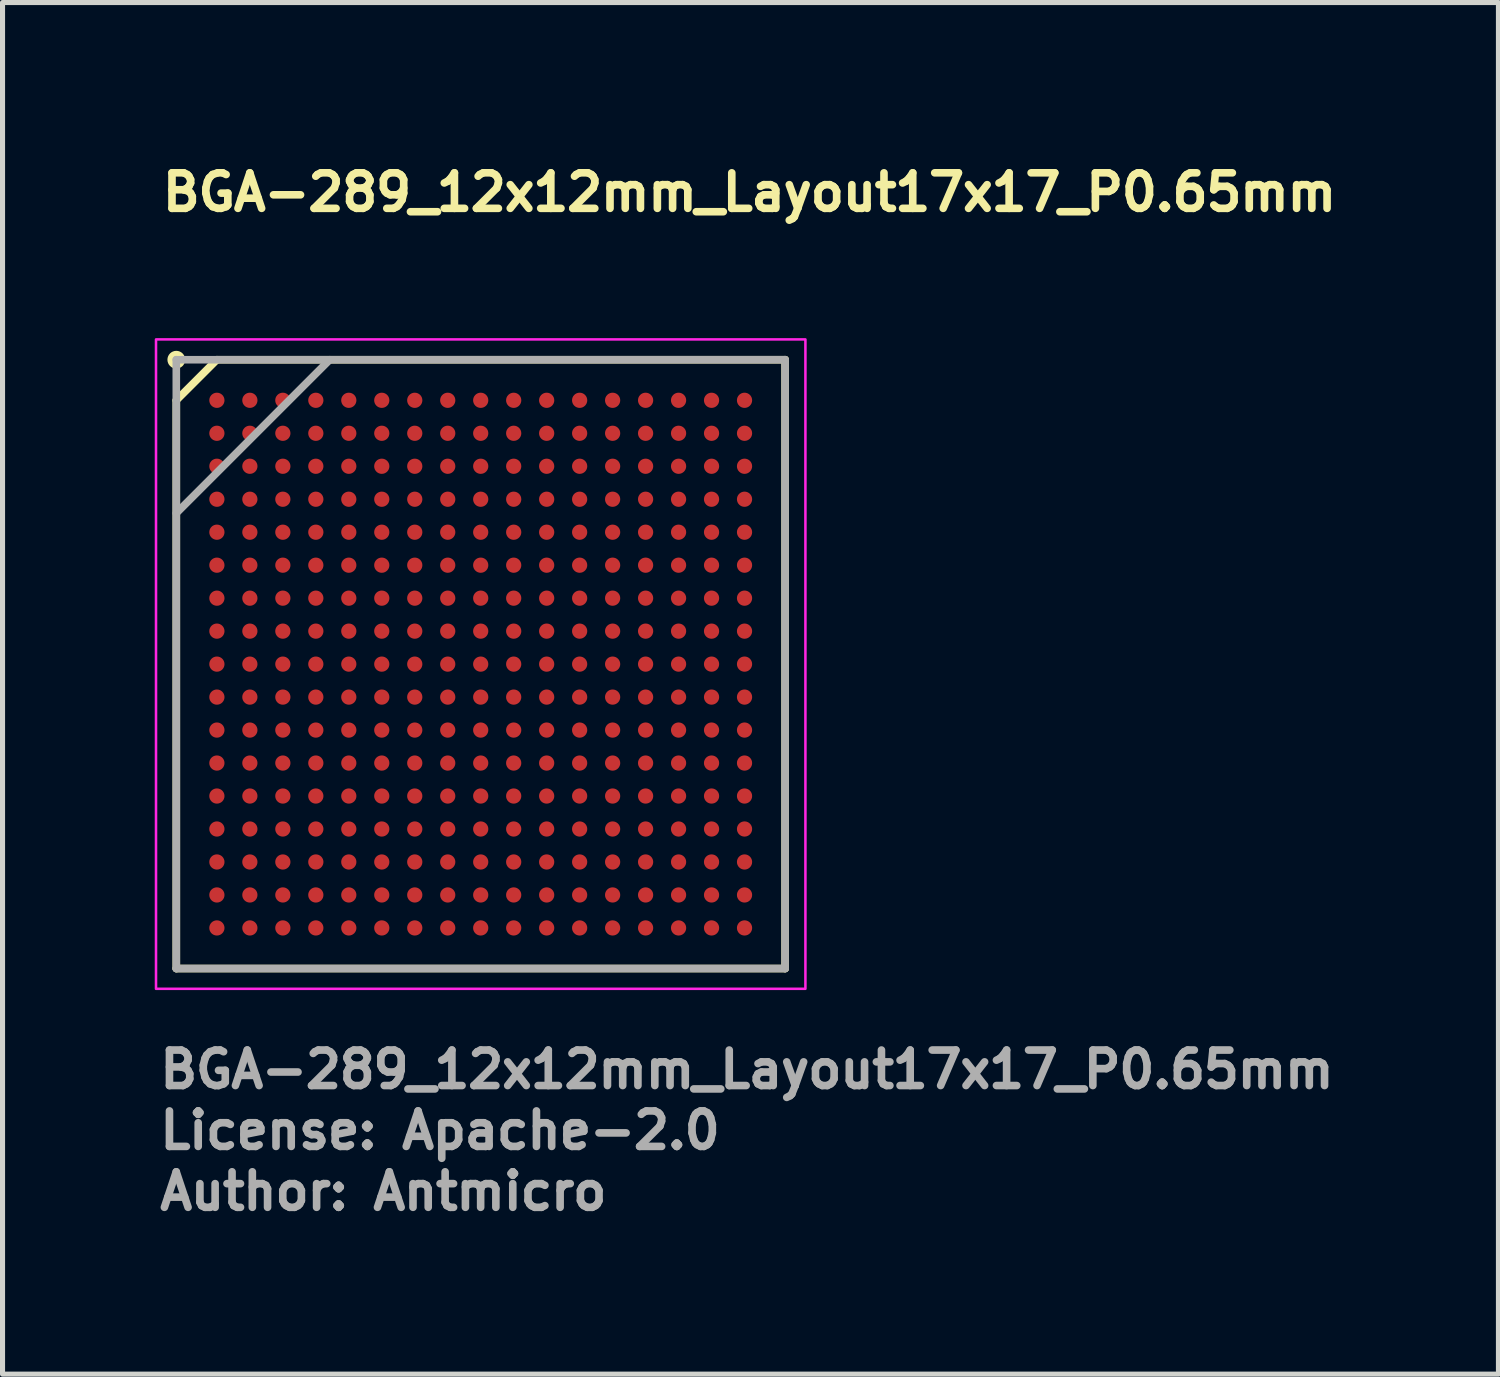
<source format=kicad_pcb>
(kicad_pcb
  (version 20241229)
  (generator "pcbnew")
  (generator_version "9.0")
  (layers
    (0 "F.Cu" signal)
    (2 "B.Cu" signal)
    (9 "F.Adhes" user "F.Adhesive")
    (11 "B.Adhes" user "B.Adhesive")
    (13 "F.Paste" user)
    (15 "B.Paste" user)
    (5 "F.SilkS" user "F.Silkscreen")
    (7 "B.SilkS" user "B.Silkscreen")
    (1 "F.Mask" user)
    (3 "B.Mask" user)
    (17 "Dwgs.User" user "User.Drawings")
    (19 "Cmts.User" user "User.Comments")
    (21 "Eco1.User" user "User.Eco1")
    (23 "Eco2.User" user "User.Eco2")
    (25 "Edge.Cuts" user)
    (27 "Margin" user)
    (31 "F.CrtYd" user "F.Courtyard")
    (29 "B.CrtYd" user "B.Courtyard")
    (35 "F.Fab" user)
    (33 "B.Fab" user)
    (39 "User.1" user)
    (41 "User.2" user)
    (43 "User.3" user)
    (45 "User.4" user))
  (footprint "BGA-289_12x12mm_Layout17x17_P0.65mm"
    (layer "F.Cu")
    (at 6.425 10.04)
    (property "Reference" "BGA-289_12x12mm_Layout17x17_P0.65mm" (at -6.35 -8.89 0) (layer "F.SilkS") (effects (font (size 0.7 0.7) (thickness 0.15)) (justify left bottom)))
    (attr smd)
    (fp_line (start -6 -5.2) (end -5.2 -6) (stroke (width 0.15) (type solid)) (layer "F.SilkS"))
    (fp_line (start -6 6) (end -6 -5.2) (stroke (width 0.15) (type solid)) (layer "F.SilkS"))
    (fp_line (start -5.2 -6) (end 6 -6) (stroke (width 0.15) (type solid)) (layer "F.SilkS"))
    (fp_line (start 6 -6) (end 6 6) (stroke (width 0.15) (type solid)) (layer "F.SilkS"))
    (fp_line (start 6 6) (end -6 6) (stroke (width 0.15) (type solid)) (layer "F.SilkS"))
    (fp_circle (center -6 -6) (end -5.9 -6) (stroke (width 0.15) (type solid)) (fill yes) (layer "F.SilkS"))
    (fp_rect (start -6.4 -6.4) (end 6.4 6.4) (stroke (width 0.05) (type solid)) (fill no) (layer "F.CrtYd"))
    (fp_line (start -6 -6) (end 6 -6) (stroke (width 0.15) (type solid)) (layer "F.Fab"))
    (fp_line (start -6 -2.975) (end -2.975 -6) (stroke (width 0.15) (type solid)) (layer "F.Fab"))
    (fp_line (start -6 6) (end -6 -6) (stroke (width 0.15) (type solid)) (layer "F.Fab"))
    (fp_line (start 6 -6) (end 6 6) (stroke (width 0.15) (type solid)) (layer "F.Fab"))
    (fp_line (start 6 6) (end -6 6) (stroke (width 0.15) (type solid)) (layer "F.Fab"))
    (fp_rect (start -6 -6) (end 6 6) (stroke (width 0.1) (type solid)) (fill no) (layer "User.5"))
    (fp_line (start -6 -6) (end 6 -6) (stroke (width 0.02) (type solid)) (layer "User.9"))
    (fp_line (start -6 6) (end -6 -6) (stroke (width 0.02) (type solid)) (layer "User.9"))
    (fp_line (start -6 6) (end 6 6) (stroke (width 0.02) (type solid)) (layer "User.9"))
    (fp_line (start -5.249 -4.539) (end -5.249 -4.461) (stroke (width 0.02) (type solid)) (layer "User.9"))
    (fp_line (start -5.249 -4.461) (end -5.241 -4.385) (stroke (width 0.02) (type solid)) (layer "User.9"))
    (fp_line (start -5.241 -4.615) (end -5.249 -4.539) (stroke (width 0.02) (type solid)) (layer "User.9"))
    (fp_line (start -5.241 -4.385) (end -5.225 -4.309) (stroke (width 0.02) (type solid)) (layer "User.9"))
    (fp_line (start -5.225 -4.691) (end -5.241 -4.615) (stroke (width 0.02) (type solid)) (layer "User.9"))
    (fp_line (start -5.225 -4.309) (end -5.202 -4.235) (stroke (width 0.02) (type solid)) (layer "User.9"))
    (fp_line (start -5.202 -4.765) (end -5.225 -4.691) (stroke (width 0.02) (type solid)) (layer "User.9"))
    (fp_line (start -5.202 -4.235) (end -5.171 -4.165) (stroke (width 0.02) (type solid)) (layer "User.9"))
    (fp_line (start -5.171 -4.835) (end -5.202 -4.765) (stroke (width 0.02) (type solid)) (layer "User.9"))
    (fp_line (start -5.171 -4.165) (end -5.133 -4.097) (stroke (width 0.02) (type solid)) (layer "User.9"))
    (fp_line (start -5.133 -4.903) (end -5.171 -4.835) (stroke (width 0.02) (type solid)) (layer "User.9"))
    (fp_line (start -5.133 -4.097) (end -5.088 -4.035) (stroke (width 0.02) (type solid)) (layer "User.9"))
    (fp_line (start -5.088 -4.965) (end -5.133 -4.903) (stroke (width 0.02) (type solid)) (layer "User.9"))
    (fp_line (start -5.088 -4.035) (end -5.037 -3.977) (stroke (width 0.02) (type solid)) (layer "User.9"))
    (fp_line (start -5.037 -5.023) (end -5.088 -4.965) (stroke (width 0.02) (type solid)) (layer "User.9"))
    (fp_line (start -5.037 -3.977) (end -4.98 -3.924) (stroke (width 0.02) (type solid)) (layer "User.9"))
    (fp_line (start -4.98 -5.076) (end -5.037 -5.023) (stroke (width 0.02) (type solid)) (layer "User.9"))
    (fp_line (start -4.98 -3.924) (end -4.919 -3.878) (stroke (width 0.02) (type solid)) (layer "User.9"))
    (fp_line (start -4.919 -5.122) (end -4.98 -5.076) (stroke (width 0.02) (type solid)) (layer "User.9"))
    (fp_line (start -4.919 -3.878) (end -4.852 -3.838) (stroke (width 0.02) (type solid)) (layer "User.9"))
    (fp_line (start -4.852 -5.162) (end -4.919 -5.122) (stroke (width 0.02) (type solid)) (layer "User.9"))
    (fp_line (start -4.852 -3.838) (end -4.783 -3.805) (stroke (width 0.02) (type solid)) (layer "User.9"))
    (fp_line (start -4.783 -5.195) (end -4.852 -5.162) (stroke (width 0.02) (type solid)) (layer "User.9"))
    (fp_line (start -4.783 -3.805) (end -4.71 -3.78) (stroke (width 0.02) (type solid)) (layer "User.9"))
    (fp_line (start -4.71 -5.22) (end -4.783 -5.195) (stroke (width 0.02) (type solid)) (layer "User.9"))
    (fp_line (start -4.71 -3.78) (end -4.634 -3.762) (stroke (width 0.02) (type solid)) (layer "User.9"))
    (fp_line (start -4.634 -5.238) (end -4.71 -5.22) (stroke (width 0.02) (type solid)) (layer "User.9"))
    (fp_line (start -4.634 -3.762) (end -4.558 -3.752) (stroke (width 0.02) (type solid)) (layer "User.9"))
    (fp_line (start -4.558 -5.248) (end -4.634 -5.238) (stroke (width 0.02) (type solid)) (layer "User.9"))
    (fp_line (start -4.558 -3.752) (end -4.481 -3.75) (stroke (width 0.02) (type solid)) (layer "User.9"))
    (fp_line (start -4.481 -5.25) (end -4.558 -5.248) (stroke (width 0.02) (type solid)) (layer "User.9"))
    (fp_line (start -4.481 -3.75) (end -4.404 -3.756) (stroke (width 0.02) (type solid)) (layer "User.9"))
    (fp_line (start -4.404 -5.244) (end -4.481 -5.25) (stroke (width 0.02) (type solid)) (layer "User.9"))
    (fp_line (start -4.404 -3.756) (end -4.328 -3.77) (stroke (width 0.02) (type solid)) (layer "User.9"))
    (fp_line (start -4.328 -5.23) (end -4.404 -5.244) (stroke (width 0.02) (type solid)) (layer "User.9"))
    (fp_line (start -4.328 -3.77) (end -4.254 -3.792) (stroke (width 0.02) (type solid)) (layer "User.9"))
    (fp_line (start -4.254 -5.208) (end -4.328 -5.23) (stroke (width 0.02) (type solid)) (layer "User.9"))
    (fp_line (start -4.254 -3.792) (end -4.182 -3.821) (stroke (width 0.02) (type solid)) (layer "User.9"))
    (fp_line (start -4.182 -5.179) (end -4.254 -5.208) (stroke (width 0.02) (type solid)) (layer "User.9"))
    (fp_line (start -4.182 -3.821) (end -4.114 -3.857) (stroke (width 0.02) (type solid)) (layer "User.9"))
    (fp_line (start -4.114 -5.143) (end -4.182 -5.179) (stroke (width 0.02) (type solid)) (layer "User.9"))
    (fp_line (start -4.114 -3.857) (end -4.05 -3.9) (stroke (width 0.02) (type solid)) (layer "User.9"))
    (fp_line (start -4.05 -5.1) (end -4.114 -5.143) (stroke (width 0.02) (type solid)) (layer "User.9"))
    (fp_line (start -4.05 -3.9) (end -3.991 -3.95) (stroke (width 0.02) (type solid)) (layer "User.9"))
    (fp_line (start -3.991 -5.05) (end -4.05 -5.1) (stroke (width 0.02) (type solid)) (layer "User.9"))
    (fp_line (start -3.991 -3.95) (end -3.937 -4.005) (stroke (width 0.02) (type solid)) (layer "User.9"))
    (fp_line (start -3.937 -4.995) (end -3.991 -5.05) (stroke (width 0.02) (type solid)) (layer "User.9"))
    (fp_line (start -3.937 -4.005) (end -3.889 -4.065) (stroke (width 0.02) (type solid)) (layer "User.9"))
    (fp_line (start -3.889 -4.935) (end -3.937 -4.995) (stroke (width 0.02) (type solid)) (layer "User.9"))
    (fp_line (start -3.889 -4.065) (end -3.847 -4.131) (stroke (width 0.02) (type solid)) (layer "User.9"))
    (fp_line (start -3.847 -4.869) (end -3.889 -4.935) (stroke (width 0.02) (type solid)) (layer "User.9"))
    (fp_line (start -3.847 -4.131) (end -3.813 -4.2) (stroke (width 0.02) (type solid)) (layer "User.9"))
    (fp_line (start -3.813 -4.8) (end -3.847 -4.869) (stroke (width 0.02) (type solid)) (layer "User.9"))
    (fp_line (start -3.813 -4.2) (end -3.786 -4.272) (stroke (width 0.02) (type solid)) (layer "User.9"))
    (fp_line (start -3.786 -4.728) (end -3.813 -4.8) (stroke (width 0.02) (type solid)) (layer "User.9"))
    (fp_line (start -3.786 -4.272) (end -3.766 -4.347) (stroke (width 0.02) (type solid)) (layer "User.9"))
    (fp_line (start -3.766 -4.653) (end -3.786 -4.728) (stroke (width 0.02) (type solid)) (layer "User.9"))
    (fp_line (start -3.766 -4.347) (end -3.754 -4.423) (stroke (width 0.02) (type solid)) (layer "User.9"))
    (fp_line (start -3.754 -4.577) (end -3.766 -4.653) (stroke (width 0.02) (type solid)) (layer "User.9"))
    (fp_line (start -3.754 -4.423) (end -3.75 -4.5) (stroke (width 0.02) (type solid)) (layer "User.9"))
    (fp_line (start -3.75 -4.5) (end -3.754 -4.577) (stroke (width 0.02) (type solid)) (layer "User.9"))
    (fp_line (start 6 6) (end 6 -6) (stroke (width 0.02) (type solid)) (layer "User.9"))
    (fp_text user "Author: Antmicro" (at -6.4 10.8 0) (layer "F.Fab") (effects (font (size 0.7 0.7) (thickness 0.15)) (justify left bottom)))
    (fp_text user "License: Apache-2.0" (at -6.4 9.6 0) (layer "F.Fab") (effects (font (size 0.7 0.7) (thickness 0.15)) (justify left bottom)))
    (fp_text user "${REFERENCE}" (at -6.4 8.4 0) (layer "F.Fab") (effects (font (size 0.7 0.7) (thickness 0.15)) (justify left bottom)))
    (pad "A1" smd circle (at -5.2 -5.2 90) (size 0.3 0.3) (layers "F.Cu" "F.Mask" "F.Paste"))
    (pad "A2" smd circle (at -4.55 -5.2 90) (size 0.3 0.3) (layers "F.Cu" "F.Mask" "F.Paste"))
    (pad "A3" smd circle (at -3.9 -5.2 90) (size 0.3 0.3) (layers "F.Cu" "F.Mask" "F.Paste"))
    (pad "A4" smd circle (at -3.25 -5.2 90) (size 0.3 0.3) (layers "F.Cu" "F.Mask" "F.Paste"))
    (pad "A5" smd circle (at -2.6 -5.2 90) (size 0.3 0.3) (layers "F.Cu" "F.Mask" "F.Paste"))
    (pad "A6" smd circle (at -1.95 -5.2 90) (size 0.3 0.3) (layers "F.Cu" "F.Mask" "F.Paste"))
    (pad "A7" smd circle (at -1.3 -5.2 90) (size 0.3 0.3) (layers "F.Cu" "F.Mask" "F.Paste"))
    (pad "A8" smd circle (at -0.65 -5.2 90) (size 0.3 0.3) (layers "F.Cu" "F.Mask" "F.Paste"))
    (pad "A9" smd circle (at 0 -5.2 90) (size 0.3 0.3) (layers "F.Cu" "F.Mask" "F.Paste"))
    (pad "A10" smd circle (at 0.65 -5.2 90) (size 0.3 0.3) (layers "F.Cu" "F.Mask" "F.Paste"))
    (pad "A11" smd circle (at 1.3 -5.2 90) (size 0.3 0.3) (layers "F.Cu" "F.Mask" "F.Paste"))
    (pad "A12" smd circle (at 1.95 -5.2 90) (size 0.3 0.3) (layers "F.Cu" "F.Mask" "F.Paste"))
    (pad "A13" smd circle (at 2.6 -5.2 90) (size 0.3 0.3) (layers "F.Cu" "F.Mask" "F.Paste"))
    (pad "A14" smd circle (at 3.25 -5.2 90) (size 0.3 0.3) (layers "F.Cu" "F.Mask" "F.Paste"))
    (pad "A15" smd circle (at 3.9 -5.2 90) (size 0.3 0.3) (layers "F.Cu" "F.Mask" "F.Paste"))
    (pad "A16" smd circle (at 4.55 -5.2 90) (size 0.3 0.3) (layers "F.Cu" "F.Mask" "F.Paste"))
    (pad "A17" smd circle (at 5.2 -5.2 90) (size 0.3 0.3) (layers "F.Cu" "F.Mask" "F.Paste"))
    (pad "B1" smd circle (at -5.2 -4.55 90) (size 0.3 0.3) (layers "F.Cu" "F.Mask" "F.Paste"))
    (pad "B2" smd circle (at -4.55 -4.55 90) (size 0.3 0.3) (layers "F.Cu" "F.Mask" "F.Paste"))
    (pad "B3" smd circle (at -3.9 -4.55 90) (size 0.3 0.3) (layers "F.Cu" "F.Mask" "F.Paste"))
    (pad "B4" smd circle (at -3.25 -4.55 90) (size 0.3 0.3) (layers "F.Cu" "F.Mask" "F.Paste"))
    (pad "B5" smd circle (at -2.6 -4.55 90) (size 0.3 0.3) (layers "F.Cu" "F.Mask" "F.Paste"))
    (pad "B6" smd circle (at -1.95 -4.55 90) (size 0.3 0.3) (layers "F.Cu" "F.Mask" "F.Paste"))
    (pad "B7" smd circle (at -1.3 -4.55 90) (size 0.3 0.3) (layers "F.Cu" "F.Mask" "F.Paste"))
    (pad "B8" smd circle (at -0.65 -4.55 90) (size 0.3 0.3) (layers "F.Cu" "F.Mask" "F.Paste"))
    (pad "B9" smd circle (at 0 -4.55 90) (size 0.3 0.3) (layers "F.Cu" "F.Mask" "F.Paste"))
    (pad "B10" smd circle (at 0.65 -4.55 90) (size 0.3 0.3) (layers "F.Cu" "F.Mask" "F.Paste"))
    (pad "B11" smd circle (at 1.3 -4.55 90) (size 0.3 0.3) (layers "F.Cu" "F.Mask" "F.Paste"))
    (pad "B12" smd circle (at 1.95 -4.55 90) (size 0.3 0.3) (layers "F.Cu" "F.Mask" "F.Paste"))
    (pad "B13" smd circle (at 2.6 -4.55 90) (size 0.3 0.3) (layers "F.Cu" "F.Mask" "F.Paste"))
    (pad "B14" smd circle (at 3.25 -4.55 90) (size 0.3 0.3) (layers "F.Cu" "F.Mask" "F.Paste"))
    (pad "B15" smd circle (at 3.9 -4.55 90) (size 0.3 0.3) (layers "F.Cu" "F.Mask" "F.Paste"))
    (pad "B16" smd circle (at 4.55 -4.55 90) (size 0.3 0.3) (layers "F.Cu" "F.Mask" "F.Paste"))
    (pad "B17" smd circle (at 5.2 -4.55 90) (size 0.3 0.3) (layers "F.Cu" "F.Mask" "F.Paste"))
    (pad "C1" smd circle (at -5.2 -3.9 90) (size 0.3 0.3) (layers "F.Cu" "F.Mask" "F.Paste"))
    (pad "C2" smd circle (at -4.55 -3.9 90) (size 0.3 0.3) (layers "F.Cu" "F.Mask" "F.Paste"))
    (pad "C3" smd circle (at -3.9 -3.9 90) (size 0.3 0.3) (layers "F.Cu" "F.Mask" "F.Paste"))
    (pad "C4" smd circle (at -3.25 -3.9 90) (size 0.3 0.3) (layers "F.Cu" "F.Mask" "F.Paste"))
    (pad "C5" smd circle (at -2.6 -3.9 90) (size 0.3 0.3) (layers "F.Cu" "F.Mask" "F.Paste"))
    (pad "C6" smd circle (at -1.95 -3.9 90) (size 0.3 0.3) (layers "F.Cu" "F.Mask" "F.Paste"))
    (pad "C7" smd circle (at -1.3 -3.9 90) (size 0.3 0.3) (layers "F.Cu" "F.Mask" "F.Paste"))
    (pad "C8" smd circle (at -0.65 -3.9 90) (size 0.3 0.3) (layers "F.Cu" "F.Mask" "F.Paste"))
    (pad "C9" smd circle (at 0 -3.9 90) (size 0.3 0.3) (layers "F.Cu" "F.Mask" "F.Paste"))
    (pad "C10" smd circle (at 0.65 -3.9 90) (size 0.3 0.3) (layers "F.Cu" "F.Mask" "F.Paste"))
    (pad "C11" smd circle (at 1.3 -3.9 90) (size 0.3 0.3) (layers "F.Cu" "F.Mask" "F.Paste"))
    (pad "C12" smd circle (at 1.95 -3.9 90) (size 0.3 0.3) (layers "F.Cu" "F.Mask" "F.Paste"))
    (pad "C13" smd circle (at 2.6 -3.9 90) (size 0.3 0.3) (layers "F.Cu" "F.Mask" "F.Paste"))
    (pad "C14" smd circle (at 3.25 -3.9 90) (size 0.3 0.3) (layers "F.Cu" "F.Mask" "F.Paste"))
    (pad "C15" smd circle (at 3.9 -3.9 90) (size 0.3 0.3) (layers "F.Cu" "F.Mask" "F.Paste"))
    (pad "C16" smd circle (at 4.55 -3.9 90) (size 0.3 0.3) (layers "F.Cu" "F.Mask" "F.Paste"))
    (pad "C17" smd circle (at 5.2 -3.9 90) (size 0.3 0.3) (layers "F.Cu" "F.Mask" "F.Paste"))
    (pad "D1" smd circle (at -5.2 -3.25 90) (size 0.3 0.3) (layers "F.Cu" "F.Mask" "F.Paste"))
    (pad "D2" smd circle (at -4.55 -3.25 90) (size 0.3 0.3) (layers "F.Cu" "F.Mask" "F.Paste"))
    (pad "D3" smd circle (at -3.9 -3.25 90) (size 0.3 0.3) (layers "F.Cu" "F.Mask" "F.Paste"))
    (pad "D4" smd circle (at -3.25 -3.25 90) (size 0.3 0.3) (layers "F.Cu" "F.Mask" "F.Paste"))
    (pad "D5" smd circle (at -2.6 -3.25 90) (size 0.3 0.3) (layers "F.Cu" "F.Mask" "F.Paste"))
    (pad "D6" smd circle (at -1.95 -3.25 90) (size 0.3 0.3) (layers "F.Cu" "F.Mask" "F.Paste"))
    (pad "D7" smd circle (at -1.3 -3.25 90) (size 0.3 0.3) (layers "F.Cu" "F.Mask" "F.Paste"))
    (pad "D8" smd circle (at -0.65 -3.25 90) (size 0.3 0.3) (layers "F.Cu" "F.Mask" "F.Paste"))
    (pad "D9" smd circle (at 0 -3.25 90) (size 0.3 0.3) (layers "F.Cu" "F.Mask" "F.Paste"))
    (pad "D10" smd circle (at 0.65 -3.25 90) (size 0.3 0.3) (layers "F.Cu" "F.Mask" "F.Paste"))
    (pad "D11" smd circle (at 1.3 -3.25 90) (size 0.3 0.3) (layers "F.Cu" "F.Mask" "F.Paste"))
    (pad "D12" smd circle (at 1.95 -3.25 90) (size 0.3 0.3) (layers "F.Cu" "F.Mask" "F.Paste"))
    (pad "D13" smd circle (at 2.6 -3.25 90) (size 0.3 0.3) (layers "F.Cu" "F.Mask" "F.Paste"))
    (pad "D14" smd circle (at 3.25 -3.25 90) (size 0.3 0.3) (layers "F.Cu" "F.Mask" "F.Paste"))
    (pad "D15" smd circle (at 3.9 -3.25 90) (size 0.3 0.3) (layers "F.Cu" "F.Mask" "F.Paste"))
    (pad "D16" smd circle (at 4.55 -3.25 90) (size 0.3 0.3) (layers "F.Cu" "F.Mask" "F.Paste"))
    (pad "D17" smd circle (at 5.2 -3.25 90) (size 0.3 0.3) (layers "F.Cu" "F.Mask" "F.Paste"))
    (pad "E1" smd circle (at -5.2 -2.6 90) (size 0.3 0.3) (layers "F.Cu" "F.Mask" "F.Paste"))
    (pad "E2" smd circle (at -4.55 -2.6 90) (size 0.3 0.3) (layers "F.Cu" "F.Mask" "F.Paste"))
    (pad "E3" smd circle (at -3.9 -2.6 90) (size 0.3 0.3) (layers "F.Cu" "F.Mask" "F.Paste"))
    (pad "E4" smd circle (at -3.25 -2.6 90) (size 0.3 0.3) (layers "F.Cu" "F.Mask" "F.Paste"))
    (pad "E5" smd circle (at -2.6 -2.6 90) (size 0.3 0.3) (layers "F.Cu" "F.Mask" "F.Paste"))
    (pad "E6" smd circle (at -1.95 -2.6 90) (size 0.3 0.3) (layers "F.Cu" "F.Mask" "F.Paste"))
    (pad "E7" smd circle (at -1.3 -2.6 90) (size 0.3 0.3) (layers "F.Cu" "F.Mask" "F.Paste"))
    (pad "E8" smd circle (at -0.65 -2.6 90) (size 0.3 0.3) (layers "F.Cu" "F.Mask" "F.Paste"))
    (pad "E9" smd circle (at 0 -2.6 90) (size 0.3 0.3) (layers "F.Cu" "F.Mask" "F.Paste"))
    (pad "E10" smd circle (at 0.65 -2.6 90) (size 0.3 0.3) (layers "F.Cu" "F.Mask" "F.Paste"))
    (pad "E11" smd circle (at 1.3 -2.6 90) (size 0.3 0.3) (layers "F.Cu" "F.Mask" "F.Paste"))
    (pad "E12" smd circle (at 1.95 -2.6 90) (size 0.3 0.3) (layers "F.Cu" "F.Mask" "F.Paste"))
    (pad "E13" smd circle (at 2.6 -2.6 90) (size 0.3 0.3) (layers "F.Cu" "F.Mask" "F.Paste"))
    (pad "E14" smd circle (at 3.25 -2.6 90) (size 0.3 0.3) (layers "F.Cu" "F.Mask" "F.Paste"))
    (pad "E15" smd circle (at 3.9 -2.6 90) (size 0.3 0.3) (layers "F.Cu" "F.Mask" "F.Paste"))
    (pad "E16" smd circle (at 4.55 -2.6 90) (size 0.3 0.3) (layers "F.Cu" "F.Mask" "F.Paste"))
    (pad "E17" smd circle (at 5.2 -2.6 90) (size 0.3 0.3) (layers "F.Cu" "F.Mask" "F.Paste"))
    (pad "F1" smd circle (at -5.2 -1.95 90) (size 0.3 0.3) (layers "F.Cu" "F.Mask" "F.Paste"))
    (pad "F2" smd circle (at -4.55 -1.95 90) (size 0.3 0.3) (layers "F.Cu" "F.Mask" "F.Paste"))
    (pad "F3" smd circle (at -3.9 -1.95 90) (size 0.3 0.3) (layers "F.Cu" "F.Mask" "F.Paste"))
    (pad "F4" smd circle (at -3.25 -1.95 90) (size 0.3 0.3) (layers "F.Cu" "F.Mask" "F.Paste"))
    (pad "F5" smd circle (at -2.6 -1.95 90) (size 0.3 0.3) (layers "F.Cu" "F.Mask" "F.Paste"))
    (pad "F6" smd circle (at -1.95 -1.95 90) (size 0.3 0.3) (layers "F.Cu" "F.Mask" "F.Paste"))
    (pad "F7" smd circle (at -1.3 -1.95 90) (size 0.3 0.3) (layers "F.Cu" "F.Mask" "F.Paste"))
    (pad "F8" smd circle (at -0.65 -1.95 90) (size 0.3 0.3) (layers "F.Cu" "F.Mask" "F.Paste"))
    (pad "F9" smd circle (at 0 -1.95 90) (size 0.3 0.3) (layers "F.Cu" "F.Mask" "F.Paste"))
    (pad "F10" smd circle (at 0.65 -1.95 90) (size 0.3 0.3) (layers "F.Cu" "F.Mask" "F.Paste"))
    (pad "F11" smd circle (at 1.3 -1.95 90) (size 0.3 0.3) (layers "F.Cu" "F.Mask" "F.Paste"))
    (pad "F12" smd circle (at 1.95 -1.95 90) (size 0.3 0.3) (layers "F.Cu" "F.Mask" "F.Paste"))
    (pad "F13" smd circle (at 2.6 -1.95 90) (size 0.3 0.3) (layers "F.Cu" "F.Mask" "F.Paste"))
    (pad "F14" smd circle (at 3.25 -1.95 90) (size 0.3 0.3) (layers "F.Cu" "F.Mask" "F.Paste"))
    (pad "F15" smd circle (at 3.9 -1.95 90) (size 0.3 0.3) (layers "F.Cu" "F.Mask" "F.Paste"))
    (pad "F16" smd circle (at 4.55 -1.95 90) (size 0.3 0.3) (layers "F.Cu" "F.Mask" "F.Paste"))
    (pad "F17" smd circle (at 5.2 -1.95 90) (size 0.3 0.3) (layers "F.Cu" "F.Mask" "F.Paste"))
    (pad "G1" smd circle (at -5.2 -1.3 90) (size 0.3 0.3) (layers "F.Cu" "F.Mask" "F.Paste"))
    (pad "G2" smd circle (at -4.55 -1.3 90) (size 0.3 0.3) (layers "F.Cu" "F.Mask" "F.Paste"))
    (pad "G3" smd circle (at -3.9 -1.3 90) (size 0.3 0.3) (layers "F.Cu" "F.Mask" "F.Paste"))
    (pad "G4" smd circle (at -3.25 -1.3 90) (size 0.3 0.3) (layers "F.Cu" "F.Mask" "F.Paste"))
    (pad "G5" smd circle (at -2.6 -1.3 90) (size 0.3 0.3) (layers "F.Cu" "F.Mask" "F.Paste"))
    (pad "G6" smd circle (at -1.95 -1.3 90) (size 0.3 0.3) (layers "F.Cu" "F.Mask" "F.Paste"))
    (pad "G7" smd circle (at -1.3 -1.3 90) (size 0.3 0.3) (layers "F.Cu" "F.Mask" "F.Paste"))
    (pad "G8" smd circle (at -0.65 -1.3 90) (size 0.3 0.3) (layers "F.Cu" "F.Mask" "F.Paste"))
    (pad "G9" smd circle (at 0 -1.3 90) (size 0.3 0.3) (layers "F.Cu" "F.Mask" "F.Paste"))
    (pad "G10" smd circle (at 0.65 -1.3 90) (size 0.3 0.3) (layers "F.Cu" "F.Mask" "F.Paste"))
    (pad "G11" smd circle (at 1.3 -1.3 90) (size 0.3 0.3) (layers "F.Cu" "F.Mask" "F.Paste"))
    (pad "G12" smd circle (at 1.95 -1.3 90) (size 0.3 0.3) (layers "F.Cu" "F.Mask" "F.Paste"))
    (pad "G13" smd circle (at 2.6 -1.3 90) (size 0.3 0.3) (layers "F.Cu" "F.Mask" "F.Paste"))
    (pad "G14" smd circle (at 3.25 -1.3 90) (size 0.3 0.3) (layers "F.Cu" "F.Mask" "F.Paste"))
    (pad "G15" smd circle (at 3.9 -1.3 90) (size 0.3 0.3) (layers "F.Cu" "F.Mask" "F.Paste"))
    (pad "G16" smd circle (at 4.55 -1.3 90) (size 0.3 0.3) (layers "F.Cu" "F.Mask" "F.Paste"))
    (pad "G17" smd circle (at 5.2 -1.3 90) (size 0.3 0.3) (layers "F.Cu" "F.Mask" "F.Paste"))
    (pad "H1" smd circle (at -5.2 -0.65 90) (size 0.3 0.3) (layers "F.Cu" "F.Mask" "F.Paste"))
    (pad "H2" smd circle (at -4.55 -0.65 90) (size 0.3 0.3) (layers "F.Cu" "F.Mask" "F.Paste"))
    (pad "H3" smd circle (at -3.9 -0.65 90) (size 0.3 0.3) (layers "F.Cu" "F.Mask" "F.Paste"))
    (pad "H4" smd circle (at -3.25 -0.65 90) (size 0.3 0.3) (layers "F.Cu" "F.Mask" "F.Paste"))
    (pad "H5" smd circle (at -2.6 -0.65 90) (size 0.3 0.3) (layers "F.Cu" "F.Mask" "F.Paste"))
    (pad "H6" smd circle (at -1.95 -0.65 90) (size 0.3 0.3) (layers "F.Cu" "F.Mask" "F.Paste"))
    (pad "H7" smd circle (at -1.3 -0.65 90) (size 0.3 0.3) (layers "F.Cu" "F.Mask" "F.Paste"))
    (pad "H8" smd circle (at -0.65 -0.65 90) (size 0.3 0.3) (layers "F.Cu" "F.Mask" "F.Paste"))
    (pad "H9" smd circle (at 0 -0.65 90) (size 0.3 0.3) (layers "F.Cu" "F.Mask" "F.Paste"))
    (pad "H10" smd circle (at 0.65 -0.65 90) (size 0.3 0.3) (layers "F.Cu" "F.Mask" "F.Paste"))
    (pad "H11" smd circle (at 1.3 -0.65 90) (size 0.3 0.3) (layers "F.Cu" "F.Mask" "F.Paste"))
    (pad "H12" smd circle (at 1.95 -0.65 90) (size 0.3 0.3) (layers "F.Cu" "F.Mask" "F.Paste"))
    (pad "H13" smd circle (at 2.6 -0.65 90) (size 0.3 0.3) (layers "F.Cu" "F.Mask" "F.Paste"))
    (pad "H14" smd circle (at 3.25 -0.65 90) (size 0.3 0.3) (layers "F.Cu" "F.Mask" "F.Paste"))
    (pad "H15" smd circle (at 3.9 -0.65 90) (size 0.3 0.3) (layers "F.Cu" "F.Mask" "F.Paste"))
    (pad "H16" smd circle (at 4.55 -0.65 90) (size 0.3 0.3) (layers "F.Cu" "F.Mask" "F.Paste"))
    (pad "H17" smd circle (at 5.2 -0.65 90) (size 0.3 0.3) (layers "F.Cu" "F.Mask" "F.Paste"))
    (pad "J1" smd circle (at -5.2 0 90) (size 0.3 0.3) (layers "F.Cu" "F.Mask" "F.Paste"))
    (pad "J2" smd circle (at -4.55 0 90) (size 0.3 0.3) (layers "F.Cu" "F.Mask" "F.Paste"))
    (pad "J3" smd circle (at -3.9 0 90) (size 0.3 0.3) (layers "F.Cu" "F.Mask" "F.Paste"))
    (pad "J4" smd circle (at -3.25 0 90) (size 0.3 0.3) (layers "F.Cu" "F.Mask" "F.Paste"))
    (pad "J5" smd circle (at -2.6 0 90) (size 0.3 0.3) (layers "F.Cu" "F.Mask" "F.Paste"))
    (pad "J6" smd circle (at -1.95 0 90) (size 0.3 0.3) (layers "F.Cu" "F.Mask" "F.Paste"))
    (pad "J7" smd circle (at -1.3 0 90) (size 0.3 0.3) (layers "F.Cu" "F.Mask" "F.Paste"))
    (pad "J8" smd circle (at -0.65 0 90) (size 0.3 0.3) (layers "F.Cu" "F.Mask" "F.Paste"))
    (pad "J9" smd circle (at 0 0 90) (size 0.3 0.3) (layers "F.Cu" "F.Mask" "F.Paste"))
    (pad "J10" smd circle (at 0.65 0 90) (size 0.3 0.3) (layers "F.Cu" "F.Mask" "F.Paste"))
    (pad "J11" smd circle (at 1.3 0 90) (size 0.3 0.3) (layers "F.Cu" "F.Mask" "F.Paste"))
    (pad "J12" smd circle (at 1.95 0 90) (size 0.3 0.3) (layers "F.Cu" "F.Mask" "F.Paste"))
    (pad "J13" smd circle (at 2.6 0 90) (size 0.3 0.3) (layers "F.Cu" "F.Mask" "F.Paste"))
    (pad "J14" smd circle (at 3.25 0 90) (size 0.3 0.3) (layers "F.Cu" "F.Mask" "F.Paste"))
    (pad "J15" smd circle (at 3.9 0 90) (size 0.3 0.3) (layers "F.Cu" "F.Mask" "F.Paste"))
    (pad "J16" smd circle (at 4.55 0 90) (size 0.3 0.3) (layers "F.Cu" "F.Mask" "F.Paste"))
    (pad "J17" smd circle (at 5.2 0 90) (size 0.3 0.3) (layers "F.Cu" "F.Mask" "F.Paste"))
    (pad "K1" smd circle (at -5.2 0.65 90) (size 0.3 0.3) (layers "F.Cu" "F.Mask" "F.Paste"))
    (pad "K2" smd circle (at -4.55 0.65 90) (size 0.3 0.3) (layers "F.Cu" "F.Mask" "F.Paste"))
    (pad "K3" smd circle (at -3.9 0.65 90) (size 0.3 0.3) (layers "F.Cu" "F.Mask" "F.Paste"))
    (pad "K4" smd circle (at -3.25 0.65 90) (size 0.3 0.3) (layers "F.Cu" "F.Mask" "F.Paste"))
    (pad "K5" smd circle (at -2.6 0.65 90) (size 0.3 0.3) (layers "F.Cu" "F.Mask" "F.Paste"))
    (pad "K6" smd circle (at -1.95 0.65 90) (size 0.3 0.3) (layers "F.Cu" "F.Mask" "F.Paste"))
    (pad "K7" smd circle (at -1.3 0.65 90) (size 0.3 0.3) (layers "F.Cu" "F.Mask" "F.Paste"))
    (pad "K8" smd circle (at -0.65 0.65 90) (size 0.3 0.3) (layers "F.Cu" "F.Mask" "F.Paste"))
    (pad "K9" smd circle (at 0 0.65 90) (size 0.3 0.3) (layers "F.Cu" "F.Mask" "F.Paste"))
    (pad "K10" smd circle (at 0.65 0.65 90) (size 0.3 0.3) (layers "F.Cu" "F.Mask" "F.Paste"))
    (pad "K11" smd circle (at 1.3 0.65 90) (size 0.3 0.3) (layers "F.Cu" "F.Mask" "F.Paste"))
    (pad "K12" smd circle (at 1.95 0.65 90) (size 0.3 0.3) (layers "F.Cu" "F.Mask" "F.Paste"))
    (pad "K13" smd circle (at 2.6 0.65 90) (size 0.3 0.3) (layers "F.Cu" "F.Mask" "F.Paste"))
    (pad "K14" smd circle (at 3.25 0.65 90) (size 0.3 0.3) (layers "F.Cu" "F.Mask" "F.Paste"))
    (pad "K15" smd circle (at 3.9 0.65 90) (size 0.3 0.3) (layers "F.Cu" "F.Mask" "F.Paste"))
    (pad "K16" smd circle (at 4.55 0.65 90) (size 0.3 0.3) (layers "F.Cu" "F.Mask" "F.Paste"))
    (pad "K17" smd circle (at 5.2 0.65 90) (size 0.3 0.3) (layers "F.Cu" "F.Mask" "F.Paste"))
    (pad "L1" smd circle (at -5.2 1.3 90) (size 0.3 0.3) (layers "F.Cu" "F.Mask" "F.Paste"))
    (pad "L2" smd circle (at -4.55 1.3 90) (size 0.3 0.3) (layers "F.Cu" "F.Mask" "F.Paste"))
    (pad "L3" smd circle (at -3.9 1.3 90) (size 0.3 0.3) (layers "F.Cu" "F.Mask" "F.Paste"))
    (pad "L4" smd circle (at -3.25 1.3 90) (size 0.3 0.3) (layers "F.Cu" "F.Mask" "F.Paste"))
    (pad "L5" smd circle (at -2.6 1.3 90) (size 0.3 0.3) (layers "F.Cu" "F.Mask" "F.Paste"))
    (pad "L6" smd circle (at -1.95 1.3 90) (size 0.3 0.3) (layers "F.Cu" "F.Mask" "F.Paste"))
    (pad "L7" smd circle (at -1.3 1.3 90) (size 0.3 0.3) (layers "F.Cu" "F.Mask" "F.Paste"))
    (pad "L8" smd circle (at -0.65 1.3 90) (size 0.3 0.3) (layers "F.Cu" "F.Mask" "F.Paste"))
    (pad "L9" smd circle (at 0 1.3 90) (size 0.3 0.3) (layers "F.Cu" "F.Mask" "F.Paste"))
    (pad "L10" smd circle (at 0.65 1.3 90) (size 0.3 0.3) (layers "F.Cu" "F.Mask" "F.Paste"))
    (pad "L11" smd circle (at 1.3 1.3 90) (size 0.3 0.3) (layers "F.Cu" "F.Mask" "F.Paste"))
    (pad "L12" smd circle (at 1.95 1.3 90) (size 0.3 0.3) (layers "F.Cu" "F.Mask" "F.Paste"))
    (pad "L13" smd circle (at 2.6 1.3 90) (size 0.3 0.3) (layers "F.Cu" "F.Mask" "F.Paste"))
    (pad "L14" smd circle (at 3.25 1.3 90) (size 0.3 0.3) (layers "F.Cu" "F.Mask" "F.Paste"))
    (pad "L15" smd circle (at 3.9 1.3 90) (size 0.3 0.3) (layers "F.Cu" "F.Mask" "F.Paste"))
    (pad "L16" smd circle (at 4.55 1.3 90) (size 0.3 0.3) (layers "F.Cu" "F.Mask" "F.Paste"))
    (pad "L17" smd circle (at 5.2 1.3 90) (size 0.3 0.3) (layers "F.Cu" "F.Mask" "F.Paste"))
    (pad "M1" smd circle (at -5.2 1.95 90) (size 0.3 0.3) (layers "F.Cu" "F.Mask" "F.Paste"))
    (pad "M2" smd circle (at -4.55 1.95 90) (size 0.3 0.3) (layers "F.Cu" "F.Mask" "F.Paste"))
    (pad "M3" smd circle (at -3.9 1.95 90) (size 0.3 0.3) (layers "F.Cu" "F.Mask" "F.Paste"))
    (pad "M4" smd circle (at -3.25 1.95 90) (size 0.3 0.3) (layers "F.Cu" "F.Mask" "F.Paste"))
    (pad "M5" smd circle (at -2.6 1.95 90) (size 0.3 0.3) (layers "F.Cu" "F.Mask" "F.Paste"))
    (pad "M6" smd circle (at -1.95 1.95 90) (size 0.3 0.3) (layers "F.Cu" "F.Mask" "F.Paste"))
    (pad "M7" smd circle (at -1.3 1.95 90) (size 0.3 0.3) (layers "F.Cu" "F.Mask" "F.Paste"))
    (pad "M8" smd circle (at -0.65 1.95 90) (size 0.3 0.3) (layers "F.Cu" "F.Mask" "F.Paste"))
    (pad "M9" smd circle (at 0 1.95 90) (size 0.3 0.3) (layers "F.Cu" "F.Mask" "F.Paste"))
    (pad "M10" smd circle (at 0.65 1.95 90) (size 0.3 0.3) (layers "F.Cu" "F.Mask" "F.Paste"))
    (pad "M11" smd circle (at 1.3 1.95 90) (size 0.3 0.3) (layers "F.Cu" "F.Mask" "F.Paste"))
    (pad "M12" smd circle (at 1.95 1.95 90) (size 0.3 0.3) (layers "F.Cu" "F.Mask" "F.Paste"))
    (pad "M13" smd circle (at 2.6 1.95 90) (size 0.3 0.3) (layers "F.Cu" "F.Mask" "F.Paste"))
    (pad "M14" smd circle (at 3.25 1.95 90) (size 0.3 0.3) (layers "F.Cu" "F.Mask" "F.Paste"))
    (pad "M15" smd circle (at 3.9 1.95 90) (size 0.3 0.3) (layers "F.Cu" "F.Mask" "F.Paste"))
    (pad "M16" smd circle (at 4.55 1.95 90) (size 0.3 0.3) (layers "F.Cu" "F.Mask" "F.Paste"))
    (pad "M17" smd circle (at 5.2 1.95 90) (size 0.3 0.3) (layers "F.Cu" "F.Mask" "F.Paste"))
    (pad "N1" smd circle (at -5.2 2.6 90) (size 0.3 0.3) (layers "F.Cu" "F.Mask" "F.Paste"))
    (pad "N2" smd circle (at -4.55 2.6 90) (size 0.3 0.3) (layers "F.Cu" "F.Mask" "F.Paste"))
    (pad "N3" smd circle (at -3.9 2.6 90) (size 0.3 0.3) (layers "F.Cu" "F.Mask" "F.Paste"))
    (pad "N4" smd circle (at -3.25 2.6 90) (size 0.3 0.3) (layers "F.Cu" "F.Mask" "F.Paste"))
    (pad "N5" smd circle (at -2.6 2.6 90) (size 0.3 0.3) (layers "F.Cu" "F.Mask" "F.Paste"))
    (pad "N6" smd circle (at -1.95 2.6 90) (size 0.3 0.3) (layers "F.Cu" "F.Mask" "F.Paste"))
    (pad "N7" smd circle (at -1.3 2.6 90) (size 0.3 0.3) (layers "F.Cu" "F.Mask" "F.Paste"))
    (pad "N8" smd circle (at -0.65 2.6 90) (size 0.3 0.3) (layers "F.Cu" "F.Mask" "F.Paste"))
    (pad "N9" smd circle (at 0 2.6 90) (size 0.3 0.3) (layers "F.Cu" "F.Mask" "F.Paste"))
    (pad "N10" smd circle (at 0.65 2.6 90) (size 0.3 0.3) (layers "F.Cu" "F.Mask" "F.Paste"))
    (pad "N11" smd circle (at 1.3 2.6 90) (size 0.3 0.3) (layers "F.Cu" "F.Mask" "F.Paste"))
    (pad "N12" smd circle (at 1.95 2.6 90) (size 0.3 0.3) (layers "F.Cu" "F.Mask" "F.Paste"))
    (pad "N13" smd circle (at 2.6 2.6 90) (size 0.3 0.3) (layers "F.Cu" "F.Mask" "F.Paste"))
    (pad "N14" smd circle (at 3.25 2.6 90) (size 0.3 0.3) (layers "F.Cu" "F.Mask" "F.Paste"))
    (pad "N15" smd circle (at 3.9 2.6 90) (size 0.3 0.3) (layers "F.Cu" "F.Mask" "F.Paste"))
    (pad "N16" smd circle (at 4.55 2.6 90) (size 0.3 0.3) (layers "F.Cu" "F.Mask" "F.Paste"))
    (pad "N17" smd circle (at 5.2 2.6 90) (size 0.3 0.3) (layers "F.Cu" "F.Mask" "F.Paste"))
    (pad "P1" smd circle (at -5.2 3.25 90) (size 0.3 0.3) (layers "F.Cu" "F.Mask" "F.Paste"))
    (pad "P2" smd circle (at -4.55 3.25 90) (size 0.3 0.3) (layers "F.Cu" "F.Mask" "F.Paste"))
    (pad "P3" smd circle (at -3.9 3.25 90) (size 0.3 0.3) (layers "F.Cu" "F.Mask" "F.Paste"))
    (pad "P4" smd circle (at -3.25 3.25 90) (size 0.3 0.3) (layers "F.Cu" "F.Mask" "F.Paste"))
    (pad "P5" smd circle (at -2.6 3.25 90) (size 0.3 0.3) (layers "F.Cu" "F.Mask" "F.Paste"))
    (pad "P6" smd circle (at -1.95 3.25 90) (size 0.3 0.3) (layers "F.Cu" "F.Mask" "F.Paste"))
    (pad "P7" smd circle (at -1.3 3.25 90) (size 0.3 0.3) (layers "F.Cu" "F.Mask" "F.Paste"))
    (pad "P8" smd circle (at -0.65 3.25 90) (size 0.3 0.3) (layers "F.Cu" "F.Mask" "F.Paste"))
    (pad "P9" smd circle (at 0 3.25 90) (size 0.3 0.3) (layers "F.Cu" "F.Mask" "F.Paste"))
    (pad "P10" smd circle (at 0.65 3.25 90) (size 0.3 0.3) (layers "F.Cu" "F.Mask" "F.Paste"))
    (pad "P11" smd circle (at 1.3 3.25 90) (size 0.3 0.3) (layers "F.Cu" "F.Mask" "F.Paste"))
    (pad "P12" smd circle (at 1.95 3.25 90) (size 0.3 0.3) (layers "F.Cu" "F.Mask" "F.Paste"))
    (pad "P13" smd circle (at 2.6 3.25 90) (size 0.3 0.3) (layers "F.Cu" "F.Mask" "F.Paste"))
    (pad "P14" smd circle (at 3.25 3.25 90) (size 0.3 0.3) (layers "F.Cu" "F.Mask" "F.Paste"))
    (pad "P15" smd circle (at 3.9 3.25 90) (size 0.3 0.3) (layers "F.Cu" "F.Mask" "F.Paste"))
    (pad "P16" smd circle (at 4.55 3.25 90) (size 0.3 0.3) (layers "F.Cu" "F.Mask" "F.Paste"))
    (pad "P17" smd circle (at 5.2 3.25 90) (size 0.3 0.3) (layers "F.Cu" "F.Mask" "F.Paste"))
    (pad "R1" smd circle (at -5.2 3.9 90) (size 0.3 0.3) (layers "F.Cu" "F.Mask" "F.Paste"))
    (pad "R2" smd circle (at -4.55 3.9 90) (size 0.3 0.3) (layers "F.Cu" "F.Mask" "F.Paste"))
    (pad "R3" smd circle (at -3.9 3.9 90) (size 0.3 0.3) (layers "F.Cu" "F.Mask" "F.Paste"))
    (pad "R4" smd circle (at -3.25 3.9 90) (size 0.3 0.3) (layers "F.Cu" "F.Mask" "F.Paste"))
    (pad "R5" smd circle (at -2.6 3.9 90) (size 0.3 0.3) (layers "F.Cu" "F.Mask" "F.Paste"))
    (pad "R6" smd circle (at -1.95 3.9 90) (size 0.3 0.3) (layers "F.Cu" "F.Mask" "F.Paste"))
    (pad "R7" smd circle (at -1.3 3.9 90) (size 0.3 0.3) (layers "F.Cu" "F.Mask" "F.Paste"))
    (pad "R8" smd circle (at -0.65 3.9 90) (size 0.3 0.3) (layers "F.Cu" "F.Mask" "F.Paste"))
    (pad "R9" smd circle (at 0 3.9 90) (size 0.3 0.3) (layers "F.Cu" "F.Mask" "F.Paste"))
    (pad "R10" smd circle (at 0.65 3.9 90) (size 0.3 0.3) (layers "F.Cu" "F.Mask" "F.Paste"))
    (pad "R11" smd circle (at 1.3 3.9 90) (size 0.3 0.3) (layers "F.Cu" "F.Mask" "F.Paste"))
    (pad "R12" smd circle (at 1.95 3.9 90) (size 0.3 0.3) (layers "F.Cu" "F.Mask" "F.Paste"))
    (pad "R13" smd circle (at 2.6 3.9 90) (size 0.3 0.3) (layers "F.Cu" "F.Mask" "F.Paste"))
    (pad "R14" smd circle (at 3.25 3.9 90) (size 0.3 0.3) (layers "F.Cu" "F.Mask" "F.Paste"))
    (pad "R15" smd circle (at 3.9 3.9 90) (size 0.3 0.3) (layers "F.Cu" "F.Mask" "F.Paste"))
    (pad "R16" smd circle (at 4.55 3.9 90) (size 0.3 0.3) (layers "F.Cu" "F.Mask" "F.Paste"))
    (pad "R17" smd circle (at 5.2 3.9 90) (size 0.3 0.3) (layers "F.Cu" "F.Mask" "F.Paste"))
    (pad "T1" smd circle (at -5.2 4.55 90) (size 0.3 0.3) (layers "F.Cu" "F.Mask" "F.Paste"))
    (pad "T2" smd circle (at -4.55 4.55 90) (size 0.3 0.3) (layers "F.Cu" "F.Mask" "F.Paste"))
    (pad "T3" smd circle (at -3.9 4.55 90) (size 0.3 0.3) (layers "F.Cu" "F.Mask" "F.Paste"))
    (pad "T4" smd circle (at -3.25 4.55 90) (size 0.3 0.3) (layers "F.Cu" "F.Mask" "F.Paste"))
    (pad "T5" smd circle (at -2.6 4.55 90) (size 0.3 0.3) (layers "F.Cu" "F.Mask" "F.Paste"))
    (pad "T6" smd circle (at -1.95 4.55 90) (size 0.3 0.3) (layers "F.Cu" "F.Mask" "F.Paste"))
    (pad "T7" smd circle (at -1.3 4.55 90) (size 0.3 0.3) (layers "F.Cu" "F.Mask" "F.Paste"))
    (pad "T8" smd circle (at -0.65 4.55 90) (size 0.3 0.3) (layers "F.Cu" "F.Mask" "F.Paste"))
    (pad "T9" smd circle (at 0 4.55 90) (size 0.3 0.3) (layers "F.Cu" "F.Mask" "F.Paste"))
    (pad "T10" smd circle (at 0.65 4.55 90) (size 0.3 0.3) (layers "F.Cu" "F.Mask" "F.Paste"))
    (pad "T11" smd circle (at 1.3 4.55 90) (size 0.3 0.3) (layers "F.Cu" "F.Mask" "F.Paste"))
    (pad "T12" smd circle (at 1.95 4.55 90) (size 0.3 0.3) (layers "F.Cu" "F.Mask" "F.Paste"))
    (pad "T13" smd circle (at 2.6 4.55 90) (size 0.3 0.3) (layers "F.Cu" "F.Mask" "F.Paste"))
    (pad "T14" smd circle (at 3.25 4.55 90) (size 0.3 0.3) (layers "F.Cu" "F.Mask" "F.Paste"))
    (pad "T15" smd circle (at 3.9 4.55 90) (size 0.3 0.3) (layers "F.Cu" "F.Mask" "F.Paste"))
    (pad "T16" smd circle (at 4.55 4.55 90) (size 0.3 0.3) (layers "F.Cu" "F.Mask" "F.Paste"))
    (pad "T17" smd circle (at 5.2 4.55 90) (size 0.3 0.3) (layers "F.Cu" "F.Mask" "F.Paste"))
    (pad "U1" smd circle (at -5.2 5.2 90) (size 0.3 0.3) (layers "F.Cu" "F.Mask" "F.Paste"))
    (pad "U2" smd circle (at -4.55 5.2 90) (size 0.3 0.3) (layers "F.Cu" "F.Mask" "F.Paste"))
    (pad "U3" smd circle (at -3.9 5.2 90) (size 0.3 0.3) (layers "F.Cu" "F.Mask" "F.Paste"))
    (pad "U4" smd circle (at -3.25 5.2 90) (size 0.3 0.3) (layers "F.Cu" "F.Mask" "F.Paste"))
    (pad "U5" smd circle (at -2.6 5.2 90) (size 0.3 0.3) (layers "F.Cu" "F.Mask" "F.Paste"))
    (pad "U6" smd circle (at -1.95 5.2 90) (size 0.3 0.3) (layers "F.Cu" "F.Mask" "F.Paste"))
    (pad "U7" smd circle (at -1.3 5.2 90) (size 0.3 0.3) (layers "F.Cu" "F.Mask" "F.Paste"))
    (pad "U8" smd circle (at -0.65 5.2 90) (size 0.3 0.3) (layers "F.Cu" "F.Mask" "F.Paste"))
    (pad "U9" smd circle (at 0 5.2 90) (size 0.3 0.3) (layers "F.Cu" "F.Mask" "F.Paste"))
    (pad "U10" smd circle (at 0.65 5.2 90) (size 0.3 0.3) (layers "F.Cu" "F.Mask" "F.Paste"))
    (pad "U11" smd circle (at 1.3 5.2 90) (size 0.3 0.3) (layers "F.Cu" "F.Mask" "F.Paste"))
    (pad "U12" smd circle (at 1.95 5.2 90) (size 0.3 0.3) (layers "F.Cu" "F.Mask" "F.Paste"))
    (pad "U13" smd circle (at 2.6 5.2 90) (size 0.3 0.3) (layers "F.Cu" "F.Mask" "F.Paste"))
    (pad "U14" smd circle (at 3.25 5.2 90) (size 0.3 0.3) (layers "F.Cu" "F.Mask" "F.Paste"))
    (pad "U15" smd circle (at 3.9 5.2 90) (size 0.3 0.3) (layers "F.Cu" "F.Mask" "F.Paste"))
    (pad "U16" smd circle (at 4.55 5.2 90) (size 0.3 0.3) (layers "F.Cu" "F.Mask" "F.Paste"))
    (pad "U17" smd circle (at 5.2 5.2 90) (size 0.3 0.3) (layers "F.Cu" "F.Mask" "F.Paste")))
  (gr_rect
    (start -3 -3)
    (end 26.485 24.035)
    (stroke (width 0.1) (type default))
    (fill no)
    (layer "Edge.Cuts")))
</source>
